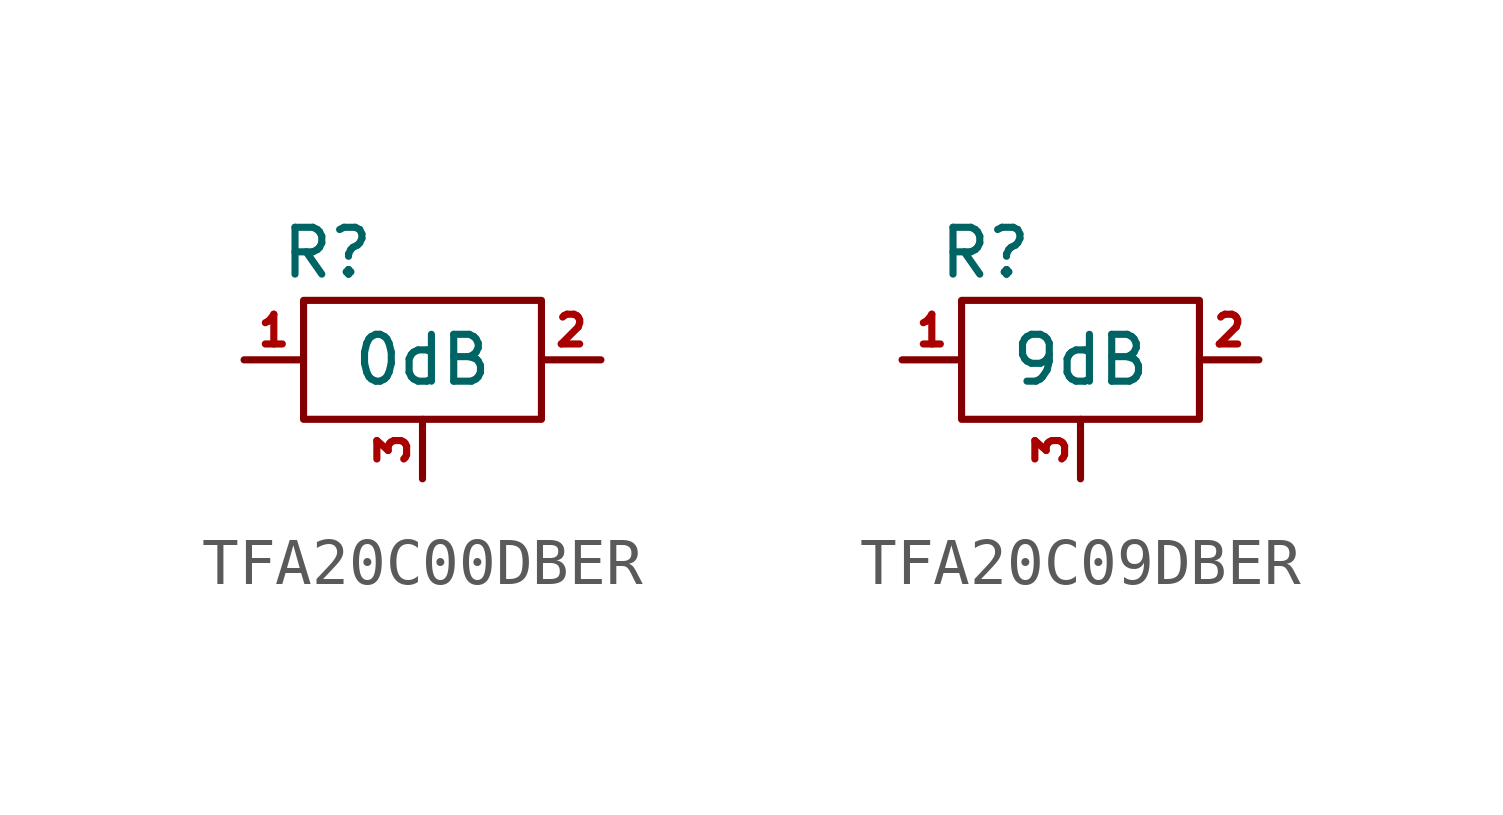
<source format=kicad_sym>
(kicad_symbol_lib
  (version 20241209)
  (generator "kicad_symbol_editor")
  (generator_version "9.0")
  (symbol "TFA20C00DBER"
    (pin_names
      (hide yes))
    (property "Reference" "R"
      (at -2.032 2.286 0)
      (effects (font (size 1 1))))
    (property "Value" "0dB"
      (at 0 0 0)
      (effects (font (size 1 1))))
    (symbol "TFA20C00DBER_0_1"
      (rectangle (start -2.54 1.27) (end 2.54 -1.27) (stroke (width 0) (type default)) (fill (type none))))
    (symbol "TFA20C00DBER_1_1"
      (pin passive line (at -3.81 0 0) (length 1.27) (name "1" (effects (font (size 0.635 0.635)))) (number "1" (effects (font (size 0.635 0.635)))))
      (pin passive line (at 0 -2.54 90) (length 1.27) (name "3" (effects (font (size 0.635 0.635)))) (number "3" (effects (font (size 0.635 0.635)))))
      (pin passive line (at 3.81 0 180) (length 1.27) (name "2" (effects (font (size 0.635 0.635)))) (number "2" (effects (font (size 0.635 0.635)))))))
  (symbol "TFA20C09DBER"
    (pin_names
      (hide yes))
    (property "Reference" "R"
      (at -2.032 2.286 0)
      (effects (font (size 1 1))))
    (property "Value" "9dB"
      (at 0 0 0)
      (effects (font (size 1 1))))
    (symbol "TFA20C09DBER_0_1"
      (rectangle (start -2.54 1.27) (end 2.54 -1.27) (stroke (width 0) (type default)) (fill (type none))))
    (symbol "TFA20C09DBER_1_1"
      (pin passive line (at -3.81 0 0) (length 1.27) (name "1" (effects (font (size 0.635 0.635)))) (number "1" (effects (font (size 0.635 0.635)))))
      (pin passive line (at 0 -2.54 90) (length 1.27) (name "3" (effects (font (size 0.635 0.635)))) (number "3" (effects (font (size 0.635 0.635)))))
      (pin passive line (at 3.81 0 180) (length 1.27) (name "2" (effects (font (size 0.635 0.635)))) (number "2" (effects (font (size 0.635 0.635))))))))
</source>
